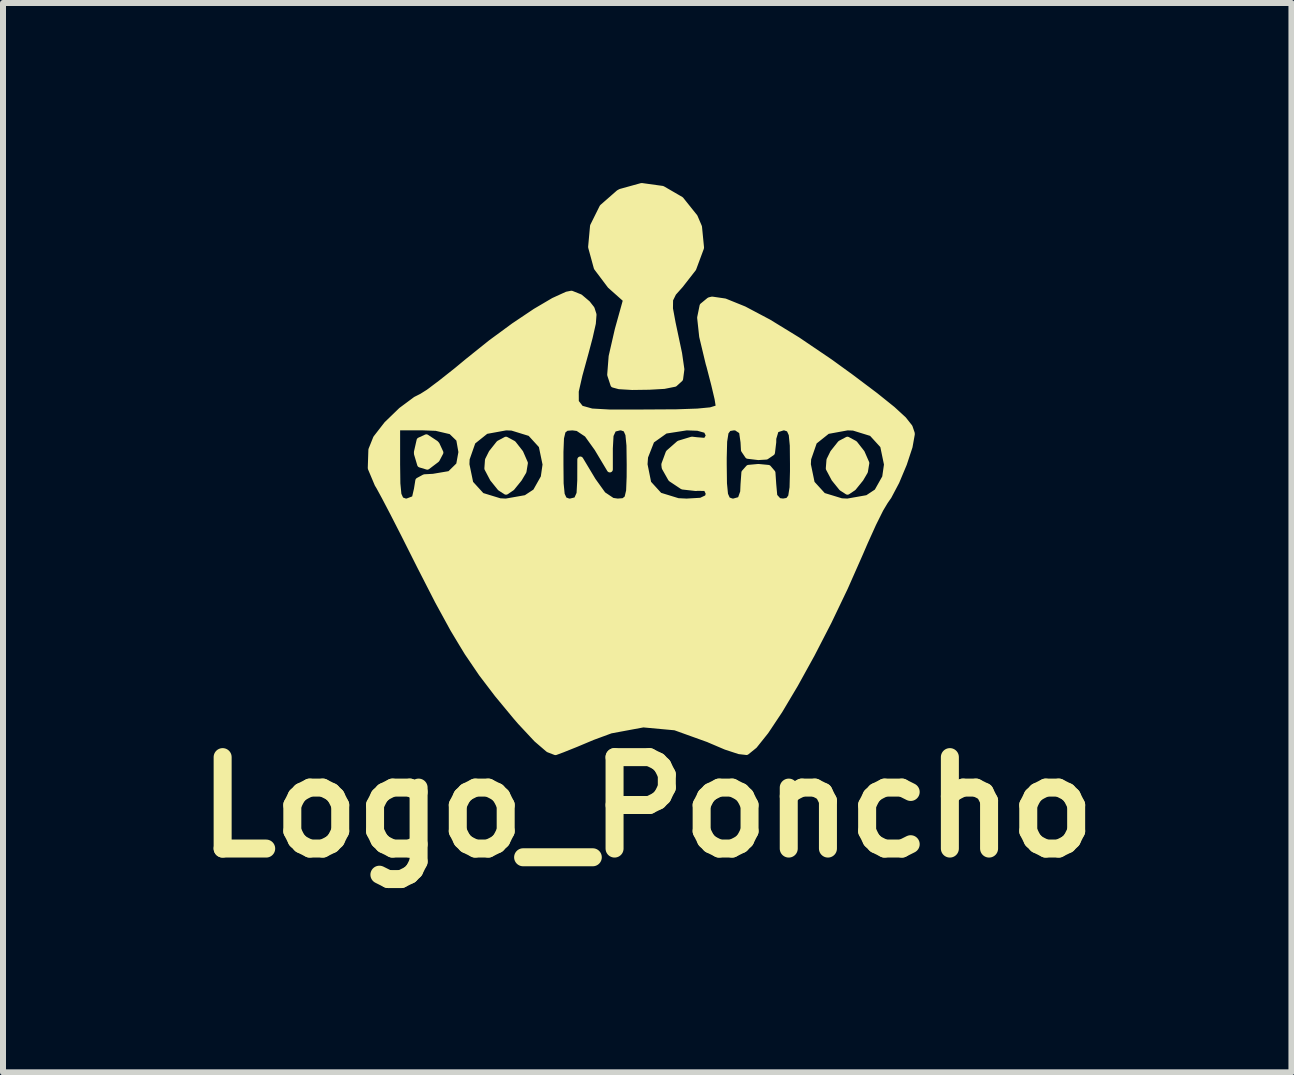
<source format=kicad_pcb>
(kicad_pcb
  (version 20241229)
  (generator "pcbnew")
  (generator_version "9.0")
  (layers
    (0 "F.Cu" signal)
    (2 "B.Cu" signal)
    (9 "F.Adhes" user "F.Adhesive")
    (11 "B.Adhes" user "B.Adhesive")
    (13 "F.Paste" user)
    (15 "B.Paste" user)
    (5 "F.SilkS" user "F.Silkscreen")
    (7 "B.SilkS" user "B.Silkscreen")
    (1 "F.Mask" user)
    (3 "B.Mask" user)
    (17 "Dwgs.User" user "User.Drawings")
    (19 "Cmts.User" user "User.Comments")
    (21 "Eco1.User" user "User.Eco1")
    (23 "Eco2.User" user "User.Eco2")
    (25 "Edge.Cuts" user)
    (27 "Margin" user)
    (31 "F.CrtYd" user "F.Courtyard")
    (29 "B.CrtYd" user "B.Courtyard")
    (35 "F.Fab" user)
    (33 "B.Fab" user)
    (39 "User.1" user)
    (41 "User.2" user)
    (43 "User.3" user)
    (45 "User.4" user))
  (footprint "Logo_Poncho"
    (layer "F.Cu")
    (at 7.609 4.814)
    (property "Reference" "Logo_Poncho" (at 0.127 5.588 0) (layer "F.SilkS") (effects (font (size 1.524 1.524) (thickness 0.3))))
    (attr through_hole)
    (fp_poly (pts (xy -3.32 -0.322) (xy -3.381 -0.206) (xy -3.538 -0.087) (xy -3.657 -0.123) (xy -3.71 -0.301) (xy -3.711 -0.33) (xy -3.667 -0.524) (xy -3.554 -0.576) (xy -3.4 -0.475) (xy -3.381 -0.454) (xy -3.32 -0.322)) (stroke (width 0.1) (type solid)) (fill yes) (layer "F.SilkS"))
    (fp_poly (pts (xy -1.912 -0.147) (xy -1.935 -0.007) (xy -2.007 0.114) (xy -2.129 0.265) (xy -2.225 0.33) (xy -2.227 0.33) (xy -2.323 0.268) (xy -2.445 0.117) (xy -2.447 0.114) (xy -2.537 -0.057) (xy -2.527 -0.197) (xy -2.466 -0.319) (xy -2.343 -0.474) (xy -2.227 -0.536) (xy -2.106 -0.471) (xy -1.987 -0.319) (xy -1.912 -0.147)) (stroke (width 0.1) (type solid)) (fill yes) (layer "F.SilkS"))
    (fp_poly (pts (xy 3.778 -0.147) (xy 3.755 -0.007) (xy 3.684 0.114) (xy 3.562 0.265) (xy 3.465 0.33) (xy 3.464 0.33) (xy 3.368 0.268) (xy 3.246 0.117) (xy 3.244 0.114) (xy 3.153 -0.057) (xy 3.164 -0.197) (xy 3.224 -0.319) (xy 3.347 -0.474) (xy 3.464 -0.536) (xy 3.584 -0.471) (xy 3.703 -0.319) (xy 3.778 -0.147)) (stroke (width 0.1) (type solid)) (fill yes) (layer "F.SilkS"))
    (fp_poly (pts (xy 1.024 -3.736) (xy 0.895 -3.389) (xy 0.679 -3.112) (xy 0.563 -2.982) (xy 0.508 -2.87) (xy 0.506 -2.721) (xy 0.55 -2.483) (xy 0.574 -2.37) (xy 0.658 -1.973) (xy 0.696 -1.709) (xy 0.675 -1.55) (xy 0.584 -1.468) (xy 0.409 -1.433) (xy 0.161 -1.419) (xy -0.124 -1.415) (xy -0.34 -1.428) (xy -0.436 -1.454) (xy -0.49 -1.618) (xy -0.466 -1.924) (xy -0.365 -2.365) (xy -0.36 -2.384) (xy -0.225 -2.869) (xy -0.489 -3.104) (xy -0.714 -3.403) (xy -0.808 -3.747) (xy -0.776 -4.097) (xy -0.62 -4.411) (xy -0.347 -4.65) (xy -0.316 -4.667) (xy 0.034 -4.764) (xy 0.38 -4.716) (xy 0.687 -4.538) (xy 0.919 -4.248) (xy 0.99 -4.082) (xy 1.024 -3.736)) (stroke (width 0.1) (type solid)) (fill yes) (layer "F.SilkS"))
    (fp_poly (pts (xy 4.536 -0.627) (xy 4.499 -0.42) (xy 4.405 -0.135) (xy 4.28 0.163) (xy 4.15 0.409) (xy 4.123 0.447) (xy 4.123 -0.124) (xy 4.058 -0.437) (xy 3.869 -0.644) (xy 3.565 -0.738) (xy 3.464 -0.742) (xy 3.13 -0.681) (xy 2.908 -0.504) (xy 2.809 -0.218) (xy 2.804 -0.124) (xy 2.869 0.19) (xy 3.058 0.397) (xy 3.363 0.49) (xy 3.464 0.495) (xy 3.798 0.436) (xy 3.958 0.33) (xy 4.092 0.092) (xy 4.123 -0.124) (xy 4.123 0.447) (xy 4.09 0.495) (xy 4.014 0.622) (xy 3.895 0.861) (xy 3.754 1.173) (xy 3.673 1.361) (xy 3.422 1.929) (xy 3.15 2.497) (xy 2.869 3.042) (xy 2.593 3.542) (xy 2.556 3.604) (xy 2.556 -0.124) (xy 2.553 -0.44) (xy 2.535 -0.625) (xy 2.494 -0.715) (xy 2.421 -0.741) (xy 2.392 -0.742) (xy 2.271 -0.703) (xy 2.228 -0.559) (xy 2.227 -0.495) (xy 2.206 -0.32) (xy 2.11 -0.255) (xy 1.979 -0.247) (xy 1.804 -0.268) (xy 1.739 -0.364) (xy 1.732 -0.495) (xy 1.706 -0.676) (xy 1.609 -0.74) (xy 1.567 -0.742) (xy 1.483 -0.728) (xy 1.433 -0.661) (xy 1.409 -0.508) (xy 1.402 -0.235) (xy 1.402 -0.124) (xy 1.406 0.193) (xy 1.424 0.378) (xy 1.464 0.467) (xy 1.537 0.494) (xy 1.567 0.495) (xy 1.681 0.463) (xy 1.726 0.336) (xy 1.732 0.206) (xy 1.746 0.012) (xy 1.816 -0.067) (xy 1.979 -0.082) (xy 2.145 -0.066) (xy 2.214 0.015) (xy 2.227 0.206) (xy 2.245 0.405) (xy 2.317 0.485) (xy 2.392 0.495) (xy 2.476 0.48) (xy 2.525 0.414) (xy 2.549 0.261) (xy 2.556 -0.012) (xy 2.556 -0.124) (xy 2.556 3.604) (xy 2.334 3.977) (xy 2.103 4.324) (xy 1.913 4.562) (xy 1.782 4.668) (xy 1.66 4.654) (xy 1.438 4.581) (xy 1.163 4.464) (xy 1.155 4.46) (xy 1.155 0.361) (xy 1.111 0.268) (xy 0.957 0.266) (xy 0.939 0.269) (xy 0.717 0.244) (xy 0.523 0.115) (xy 0.418 -0.071) (xy 0.412 -0.124) (xy 0.484 -0.319) (xy 0.658 -0.472) (xy 0.872 -0.537) (xy 0.95 -0.528) (xy 1.106 -0.515) (xy 1.154 -0.597) (xy 1.155 -0.61) (xy 1.114 -0.695) (xy 0.97 -0.735) (xy 0.783 -0.742) (xy 0.429 -0.687) (xy 0.198 -0.523) (xy 0.091 -0.25) (xy 0.082 -0.124) (xy 0.145 0.189) (xy 0.331 0.393) (xy 0.64 0.488) (xy 0.783 0.495) (xy 1.023 0.481) (xy 1.134 0.429) (xy 1.155 0.361) (xy 1.155 4.46) (xy 1.148 4.457) (xy 0.592 4.257) (xy 0.061 4.208) (xy -0.165 4.25) (xy -0.165 -0.124) (xy -0.169 -0.44) (xy -0.187 -0.625) (xy -0.227 -0.715) (xy -0.3 -0.741) (xy -0.33 -0.742) (xy -0.435 -0.716) (xy -0.484 -0.61) (xy -0.496 -0.392) (xy -0.496 -0.041) (xy -0.706 -0.392) (xy -0.874 -0.626) (xy -1.03 -0.73) (xy -1.118 -0.742) (xy -1.22 -0.734) (xy -1.281 -0.686) (xy -1.31 -0.564) (xy -1.319 -0.332) (xy -1.319 -0.124) (xy -1.316 0.193) (xy -1.298 0.378) (xy -1.257 0.467) (xy -1.184 0.494) (xy -1.155 0.495) (xy -1.049 0.469) (xy -1.001 0.362) (xy -0.989 0.144) (xy -0.988 -0.206) (xy -0.778 0.144) (xy -0.61 0.378) (xy -0.455 0.482) (xy -0.366 0.495) (xy -0.264 0.487) (xy -0.204 0.439) (xy -0.175 0.316) (xy -0.166 0.085) (xy -0.165 -0.124) (xy -0.165 4.25) (xy -0.482 4.309) (xy -0.783 4.42) (xy -1.059 4.536) (xy -1.286 4.627) (xy -1.402 4.67) (xy -1.519 4.625) (xy -1.567 4.584) (xy -1.567 -0.124) (xy -1.632 -0.437) (xy -1.821 -0.644) (xy -2.126 -0.738) (xy -2.227 -0.742) (xy -2.561 -0.681) (xy -2.782 -0.504) (xy -2.882 -0.218) (xy -2.886 -0.124) (xy -2.821 0.19) (xy -2.632 0.397) (xy -2.328 0.49) (xy -2.227 0.495) (xy -1.893 0.436) (xy -1.732 0.33) (xy -1.598 0.092) (xy -1.567 -0.124) (xy -1.567 4.584) (xy -1.717 4.455) (xy -1.986 4.167) (xy -2.062 4.079) (xy -2.37 3.707) (xy -2.632 3.363) (xy -2.87 3.013) (xy -2.969 2.85) (xy -2.969 -0.33) (xy -3.007 -0.546) (xy -3.14 -0.675) (xy -3.392 -0.734) (xy -3.604 -0.742) (xy -4.041 -0.742) (xy -4.041 -0.124) (xy -4.037 0.193) (xy -4.019 0.378) (xy -3.979 0.467) (xy -3.906 0.494) (xy -3.876 0.495) (xy -3.747 0.446) (xy -3.711 0.289) (xy -3.688 0.146) (xy -3.585 0.09) (xy -3.439 0.082) (xy -3.161 0.035) (xy -3.008 -0.115) (xy -2.969 -0.33) (xy -2.969 2.85) (xy -3.106 2.622) (xy -3.361 2.156) (xy -3.656 1.58) (xy -3.725 1.443) (xy -3.927 1.041) (xy -4.107 0.689) (xy -4.251 0.414) (xy -4.343 0.245) (xy -4.367 0.206) (xy -4.48 -0.062) (xy -4.47 -0.368) (xy -4.392 -0.562) (xy -4.212 -0.794) (xy -3.971 -1.027) (xy -3.73 -1.206) (xy -3.629 -1.257) (xy -3.516 -1.328) (xy -3.311 -1.482) (xy -3.047 -1.691) (xy -2.861 -1.845) (xy -2.478 -2.152) (xy -2.094 -2.434) (xy -1.736 -2.674) (xy -1.432 -2.853) (xy -1.211 -2.954) (xy -1.136 -2.969) (xy -0.993 -2.912) (xy -0.869 -2.807) (xy -0.799 -2.718) (xy -0.768 -2.621) (xy -0.779 -2.476) (xy -0.832 -2.242) (xy -0.897 -1.997) (xy -1.002 -1.615) (xy -1.064 -1.343) (xy -1.063 -1.164) (xy -0.98 -1.057) (xy -0.797 -1.006) (xy -0.494 -0.989) (xy -0.051 -0.989) (xy 0.124 -0.99) (xy 0.617 -0.993) (xy 0.964 -1.005) (xy 1.184 -1.026) (xy 1.295 -1.06) (xy 1.319 -1.094) (xy 1.299 -1.22) (xy 1.243 -1.457) (xy 1.165 -1.758) (xy 1.15 -1.809) (xy 1.043 -2.256) (xy 1.009 -2.57) (xy 1.049 -2.766) (xy 1.163 -2.86) (xy 1.209 -2.871) (xy 1.421 -2.84) (xy 1.74 -2.711) (xy 2.15 -2.494) (xy 2.633 -2.198) (xy 3.173 -1.832) (xy 3.525 -1.577) (xy 3.93 -1.272) (xy 4.215 -1.043) (xy 4.399 -0.874) (xy 4.5 -0.746) (xy 4.535 -0.644) (xy 4.536 -0.627)) (stroke (width 0.1) (type solid)) (fill yes) (layer "F.SilkS")))
  (gr_rect
    (start -3 -3)
    (end 18.472 14.82)
    (stroke (width 0.1) (type default))
    (fill no)
    (layer "Edge.Cuts")))
</source>
